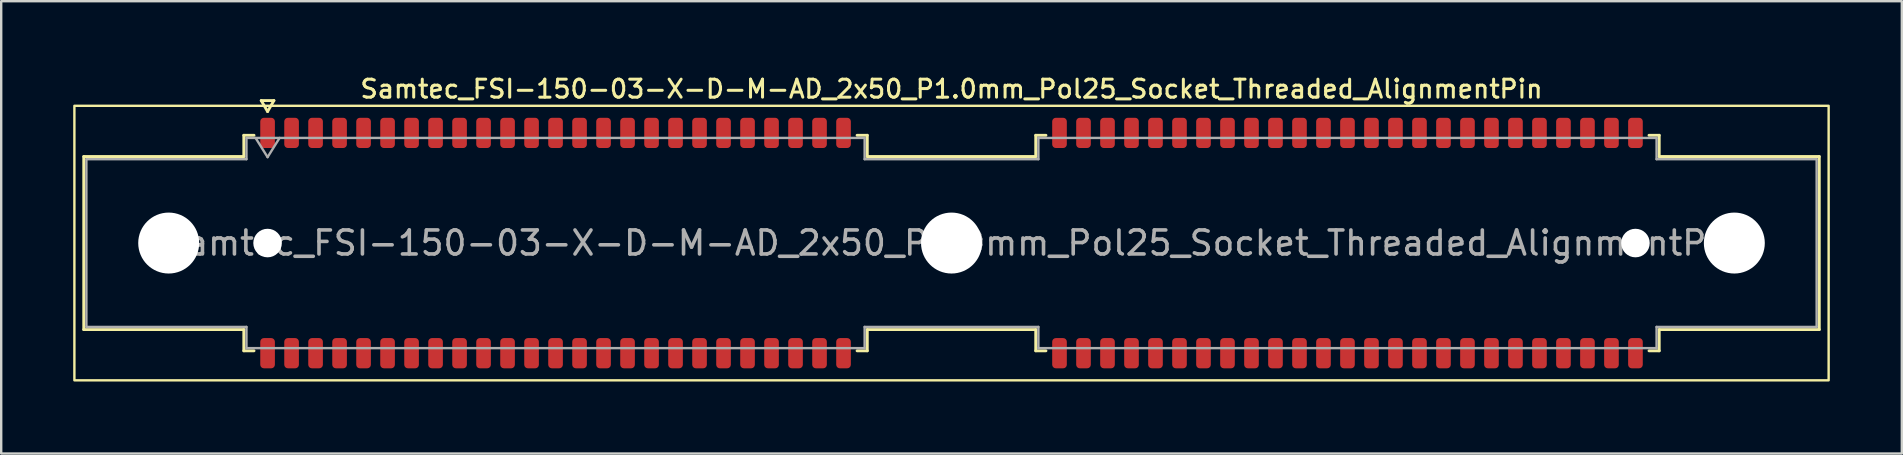
<source format=kicad_pcb>
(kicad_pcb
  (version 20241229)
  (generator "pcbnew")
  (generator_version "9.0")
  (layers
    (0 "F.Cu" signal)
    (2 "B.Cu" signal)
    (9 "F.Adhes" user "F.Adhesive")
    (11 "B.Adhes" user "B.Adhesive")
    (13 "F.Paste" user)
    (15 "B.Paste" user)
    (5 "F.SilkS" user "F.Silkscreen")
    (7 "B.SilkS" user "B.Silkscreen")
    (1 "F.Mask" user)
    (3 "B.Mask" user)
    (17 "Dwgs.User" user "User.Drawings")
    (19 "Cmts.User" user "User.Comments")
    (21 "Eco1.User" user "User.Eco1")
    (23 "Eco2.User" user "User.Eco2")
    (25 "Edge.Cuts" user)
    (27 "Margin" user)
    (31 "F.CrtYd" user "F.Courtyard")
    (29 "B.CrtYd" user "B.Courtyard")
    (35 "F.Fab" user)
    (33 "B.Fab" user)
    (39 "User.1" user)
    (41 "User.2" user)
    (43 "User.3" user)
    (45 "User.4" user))
  (footprint "Samtec_FSI-150-03-X-D-M-AD_2x50_P1.0mm_Pol25_Socket_Threaded_AlignmentPin"
    (layer "F.Cu")
    (at 36.6 7.078)
    (property "Reference" "Samtec_FSI-150-03-X-D-M-AD_2x50_P1.0mm_Pol25_Socket_Threaded_AlignmentPin" (at 0 -6.42 0) (layer "F.SilkS") (effects (font (size 0.75 0.75) (thickness 0.125))))
    (attr smd)
    (fp_line (start -36.16 -3.605) (end -29.49 -3.605) (stroke (width 0.12) (type solid)) (layer "F.SilkS"))
    (fp_line (start -36.16 3.605) (end -36.16 -3.605) (stroke (width 0.12) (type solid)) (layer "F.SilkS"))
    (fp_line (start -29.49 -4.49) (end -29.065 -4.49) (stroke (width 0.12) (type solid)) (layer "F.SilkS"))
    (fp_line (start -29.49 -3.605) (end -29.49 -4.49) (stroke (width 0.12) (type solid)) (layer "F.SilkS"))
    (fp_line (start -29.49 3.605) (end -36.16 3.605) (stroke (width 0.12) (type solid)) (layer "F.SilkS"))
    (fp_line (start -29.49 4.49) (end -29.49 3.605) (stroke (width 0.12) (type solid)) (layer "F.SilkS"))
    (fp_line (start -29.065 4.49) (end -29.49 4.49) (stroke (width 0.12) (type solid)) (layer "F.SilkS"))
    (fp_line (start -28.764 -5.938) (end -28.5 -5.48) (stroke (width 0.12) (type solid)) (layer "F.SilkS"))
    (fp_line (start -28.5 -5.48) (end -28.236 -5.938) (stroke (width 0.12) (type solid)) (layer "F.SilkS"))
    (fp_line (start -28.236 -5.938) (end -28.764 -5.938) (stroke (width 0.12) (type solid)) (layer "F.SilkS"))
    (fp_line (start -3.935 -4.49) (end -3.51 -4.49) (stroke (width 0.12) (type solid)) (layer "F.SilkS"))
    (fp_line (start -3.51 -4.49) (end -3.51 -3.605) (stroke (width 0.12) (type solid)) (layer "F.SilkS"))
    (fp_line (start -3.51 -3.605) (end 3.51 -3.605) (stroke (width 0.12) (type solid)) (layer "F.SilkS"))
    (fp_line (start -3.51 3.605) (end -3.51 4.49) (stroke (width 0.12) (type solid)) (layer "F.SilkS"))
    (fp_line (start -3.51 4.49) (end -3.935 4.49) (stroke (width 0.12) (type solid)) (layer "F.SilkS"))
    (fp_line (start 3.51 -4.49) (end 3.935 -4.49) (stroke (width 0.12) (type solid)) (layer "F.SilkS"))
    (fp_line (start 3.51 -3.605) (end 3.51 -4.49) (stroke (width 0.12) (type solid)) (layer "F.SilkS"))
    (fp_line (start 3.51 3.605) (end -3.51 3.605) (stroke (width 0.12) (type solid)) (layer "F.SilkS"))
    (fp_line (start 3.51 4.49) (end 3.51 3.605) (stroke (width 0.12) (type solid)) (layer "F.SilkS"))
    (fp_line (start 3.935 4.49) (end 3.51 4.49) (stroke (width 0.12) (type solid)) (layer "F.SilkS"))
    (fp_line (start 29.065 -4.49) (end 29.49 -4.49) (stroke (width 0.12) (type solid)) (layer "F.SilkS"))
    (fp_line (start 29.49 -4.49) (end 29.49 -3.605) (stroke (width 0.12) (type solid)) (layer "F.SilkS"))
    (fp_line (start 29.49 -3.605) (end 36.16 -3.605) (stroke (width 0.12) (type solid)) (layer "F.SilkS"))
    (fp_line (start 29.49 3.605) (end 29.49 4.49) (stroke (width 0.12) (type solid)) (layer "F.SilkS"))
    (fp_line (start 29.49 4.49) (end 29.065 4.49) (stroke (width 0.12) (type solid)) (layer "F.SilkS"))
    (fp_line (start 36.16 -3.605) (end 36.16 3.605) (stroke (width 0.12) (type solid)) (layer "F.SilkS"))
    (fp_line (start 36.16 3.605) (end 29.49 3.605) (stroke (width 0.12) (type solid)) (layer "F.SilkS"))
    (fp_rect (start -36.55 -5.72) (end 36.55 5.72) (stroke (width 0.1) (type solid)) (fill no) (layer "F.SilkS"))
    (fp_line (start -36.05 -3.495) (end -29.38 -3.495) (stroke (width 0.1) (type solid)) (layer "F.Fab"))
    (fp_line (start -36.05 3.495) (end -36.05 -3.495) (stroke (width 0.1) (type solid)) (layer "F.Fab"))
    (fp_line (start -29.38 -4.38) (end -3.62 -4.38) (stroke (width 0.1) (type solid)) (layer "F.Fab"))
    (fp_line (start -29.38 -3.495) (end -29.38 -4.38) (stroke (width 0.1) (type solid)) (layer "F.Fab"))
    (fp_line (start -29.38 3.495) (end -36.05 3.495) (stroke (width 0.1) (type solid)) (layer "F.Fab"))
    (fp_line (start -29.38 4.38) (end -29.38 3.495) (stroke (width 0.1) (type solid)) (layer "F.Fab"))
    (fp_line (start -29 -4.38) (end -28.5 -3.58) (stroke (width 0.1) (type solid)) (layer "F.Fab"))
    (fp_line (start -28.5 -3.58) (end -28 -4.38) (stroke (width 0.1) (type solid)) (layer "F.Fab"))
    (fp_line (start -3.62 -4.38) (end -3.62 -3.495) (stroke (width 0.1) (type solid)) (layer "F.Fab"))
    (fp_line (start -3.62 -3.495) (end 3.62 -3.495) (stroke (width 0.1) (type solid)) (layer "F.Fab"))
    (fp_line (start -3.62 3.495) (end -3.62 4.38) (stroke (width 0.1) (type solid)) (layer "F.Fab"))
    (fp_line (start -3.62 4.38) (end -29.38 4.38) (stroke (width 0.1) (type solid)) (layer "F.Fab"))
    (fp_line (start 3.62 -4.38) (end 29.38 -4.38) (stroke (width 0.1) (type solid)) (layer "F.Fab"))
    (fp_line (start 3.62 -3.495) (end 3.62 -4.38) (stroke (width 0.1) (type solid)) (layer "F.Fab"))
    (fp_line (start 3.62 3.495) (end -3.62 3.495) (stroke (width 0.1) (type solid)) (layer "F.Fab"))
    (fp_line (start 3.62 4.38) (end 3.62 3.495) (stroke (width 0.1) (type solid)) (layer "F.Fab"))
    (fp_line (start 29.38 -4.38) (end 29.38 -3.495) (stroke (width 0.1) (type solid)) (layer "F.Fab"))
    (fp_line (start 29.38 -3.495) (end 36.05 -3.495) (stroke (width 0.1) (type solid)) (layer "F.Fab"))
    (fp_line (start 29.38 3.495) (end 29.38 4.38) (stroke (width 0.1) (type solid)) (layer "F.Fab"))
    (fp_line (start 29.38 4.38) (end 3.62 4.38) (stroke (width 0.1) (type solid)) (layer "F.Fab"))
    (fp_line (start 36.05 -3.495) (end 36.05 3.495) (stroke (width 0.1) (type solid)) (layer "F.Fab"))
    (fp_line (start 36.05 3.495) (end 29.38 3.495) (stroke (width 0.1) (type solid)) (layer "F.Fab"))
    (fp_text user "${REFERENCE}" (at 0 0 0) (layer "F.Fab") (effects (font (size 1 1) (thickness 0.15))))
    (pad "" np_thru_hole circle (at -32.62 0) (size 2.54 2.54) (drill 2.54) (layers "*.Cu" "*.Mask"))
    (pad "" np_thru_hole circle (at -28.5 0) (size 1.19 1.19) (drill 1.19) (layers "*.Cu" "*.Mask"))
    (pad "" np_thru_hole circle (at 0 0) (size 2.54 2.54) (drill 2.54) (layers "*.Cu" "*.Mask"))
    (pad "" np_thru_hole circle (at 28.5 0) (size 1.19 1.19) (drill 1.19) (layers "*.Cu" "*.Mask"))
    (pad "" np_thru_hole circle (at 32.62 0) (size 2.54 2.54) (drill 2.54) (layers "*.Cu" "*.Mask"))
    (pad "1" smd roundrect (at -28.5 -4.59) (size 0.61 1.26) (layers "F.Cu" "F.Mask" "F.Paste") (roundrect_rratio 0.25))
    (pad "2" smd roundrect (at -28.5 4.59) (size 0.61 1.26) (layers "F.Cu" "F.Mask" "F.Paste") (roundrect_rratio 0.25))
    (pad "3" smd roundrect (at -27.5 -4.59) (size 0.61 1.26) (layers "F.Cu" "F.Mask" "F.Paste") (roundrect_rratio 0.25))
    (pad "4" smd roundrect (at -27.5 4.59) (size 0.61 1.26) (layers "F.Cu" "F.Mask" "F.Paste") (roundrect_rratio 0.25))
    (pad "5" smd roundrect (at -26.5 -4.59) (size 0.61 1.26) (layers "F.Cu" "F.Mask" "F.Paste") (roundrect_rratio 0.25))
    (pad "6" smd roundrect (at -26.5 4.59) (size 0.61 1.26) (layers "F.Cu" "F.Mask" "F.Paste") (roundrect_rratio 0.25))
    (pad "7" smd roundrect (at -25.5 -4.59) (size 0.61 1.26) (layers "F.Cu" "F.Mask" "F.Paste") (roundrect_rratio 0.25))
    (pad "8" smd roundrect (at -25.5 4.59) (size 0.61 1.26) (layers "F.Cu" "F.Mask" "F.Paste") (roundrect_rratio 0.25))
    (pad "9" smd roundrect (at -24.5 -4.59) (size 0.61 1.26) (layers "F.Cu" "F.Mask" "F.Paste") (roundrect_rratio 0.25))
    (pad "10" smd roundrect (at -24.5 4.59) (size 0.61 1.26) (layers "F.Cu" "F.Mask" "F.Paste") (roundrect_rratio 0.25))
    (pad "11" smd roundrect (at -23.5 -4.59) (size 0.61 1.26) (layers "F.Cu" "F.Mask" "F.Paste") (roundrect_rratio 0.25))
    (pad "12" smd roundrect (at -23.5 4.59) (size 0.61 1.26) (layers "F.Cu" "F.Mask" "F.Paste") (roundrect_rratio 0.25))
    (pad "13" smd roundrect (at -22.5 -4.59) (size 0.61 1.26) (layers "F.Cu" "F.Mask" "F.Paste") (roundrect_rratio 0.25))
    (pad "14" smd roundrect (at -22.5 4.59) (size 0.61 1.26) (layers "F.Cu" "F.Mask" "F.Paste") (roundrect_rratio 0.25))
    (pad "15" smd roundrect (at -21.5 -4.59) (size 0.61 1.26) (layers "F.Cu" "F.Mask" "F.Paste") (roundrect_rratio 0.25))
    (pad "16" smd roundrect (at -21.5 4.59) (size 0.61 1.26) (layers "F.Cu" "F.Mask" "F.Paste") (roundrect_rratio 0.25))
    (pad "17" smd roundrect (at -20.5 -4.59) (size 0.61 1.26) (layers "F.Cu" "F.Mask" "F.Paste") (roundrect_rratio 0.25))
    (pad "18" smd roundrect (at -20.5 4.59) (size 0.61 1.26) (layers "F.Cu" "F.Mask" "F.Paste") (roundrect_rratio 0.25))
    (pad "19" smd roundrect (at -19.5 -4.59) (size 0.61 1.26) (layers "F.Cu" "F.Mask" "F.Paste") (roundrect_rratio 0.25))
    (pad "20" smd roundrect (at -19.5 4.59) (size 0.61 1.26) (layers "F.Cu" "F.Mask" "F.Paste") (roundrect_rratio 0.25))
    (pad "21" smd roundrect (at -18.5 -4.59) (size 0.61 1.26) (layers "F.Cu" "F.Mask" "F.Paste") (roundrect_rratio 0.25))
    (pad "22" smd roundrect (at -18.5 4.59) (size 0.61 1.26) (layers "F.Cu" "F.Mask" "F.Paste") (roundrect_rratio 0.25))
    (pad "23" smd roundrect (at -17.5 -4.59) (size 0.61 1.26) (layers "F.Cu" "F.Mask" "F.Paste") (roundrect_rratio 0.25))
    (pad "24" smd roundrect (at -17.5 4.59) (size 0.61 1.26) (layers "F.Cu" "F.Mask" "F.Paste") (roundrect_rratio 0.25))
    (pad "25" smd roundrect (at -16.5 -4.59) (size 0.61 1.26) (layers "F.Cu" "F.Mask" "F.Paste") (roundrect_rratio 0.25))
    (pad "26" smd roundrect (at -16.5 4.59) (size 0.61 1.26) (layers "F.Cu" "F.Mask" "F.Paste") (roundrect_rratio 0.25))
    (pad "27" smd roundrect (at -15.5 -4.59) (size 0.61 1.26) (layers "F.Cu" "F.Mask" "F.Paste") (roundrect_rratio 0.25))
    (pad "28" smd roundrect (at -15.5 4.59) (size 0.61 1.26) (layers "F.Cu" "F.Mask" "F.Paste") (roundrect_rratio 0.25))
    (pad "29" smd roundrect (at -14.5 -4.59) (size 0.61 1.26) (layers "F.Cu" "F.Mask" "F.Paste") (roundrect_rratio 0.25))
    (pad "30" smd roundrect (at -14.5 4.59) (size 0.61 1.26) (layers "F.Cu" "F.Mask" "F.Paste") (roundrect_rratio 0.25))
    (pad "31" smd roundrect (at -13.5 -4.59) (size 0.61 1.26) (layers "F.Cu" "F.Mask" "F.Paste") (roundrect_rratio 0.25))
    (pad "32" smd roundrect (at -13.5 4.59) (size 0.61 1.26) (layers "F.Cu" "F.Mask" "F.Paste") (roundrect_rratio 0.25))
    (pad "33" smd roundrect (at -12.5 -4.59) (size 0.61 1.26) (layers "F.Cu" "F.Mask" "F.Paste") (roundrect_rratio 0.25))
    (pad "34" smd roundrect (at -12.5 4.59) (size 0.61 1.26) (layers "F.Cu" "F.Mask" "F.Paste") (roundrect_rratio 0.25))
    (pad "35" smd roundrect (at -11.5 -4.59) (size 0.61 1.26) (layers "F.Cu" "F.Mask" "F.Paste") (roundrect_rratio 0.25))
    (pad "36" smd roundrect (at -11.5 4.59) (size 0.61 1.26) (layers "F.Cu" "F.Mask" "F.Paste") (roundrect_rratio 0.25))
    (pad "37" smd roundrect (at -10.5 -4.59) (size 0.61 1.26) (layers "F.Cu" "F.Mask" "F.Paste") (roundrect_rratio 0.25))
    (pad "38" smd roundrect (at -10.5 4.59) (size 0.61 1.26) (layers "F.Cu" "F.Mask" "F.Paste") (roundrect_rratio 0.25))
    (pad "39" smd roundrect (at -9.5 -4.59) (size 0.61 1.26) (layers "F.Cu" "F.Mask" "F.Paste") (roundrect_rratio 0.25))
    (pad "40" smd roundrect (at -9.5 4.59) (size 0.61 1.26) (layers "F.Cu" "F.Mask" "F.Paste") (roundrect_rratio 0.25))
    (pad "41" smd roundrect (at -8.5 -4.59) (size 0.61 1.26) (layers "F.Cu" "F.Mask" "F.Paste") (roundrect_rratio 0.25))
    (pad "42" smd roundrect (at -8.5 4.59) (size 0.61 1.26) (layers "F.Cu" "F.Mask" "F.Paste") (roundrect_rratio 0.25))
    (pad "43" smd roundrect (at -7.5 -4.59) (size 0.61 1.26) (layers "F.Cu" "F.Mask" "F.Paste") (roundrect_rratio 0.25))
    (pad "44" smd roundrect (at -7.5 4.59) (size 0.61 1.26) (layers "F.Cu" "F.Mask" "F.Paste") (roundrect_rratio 0.25))
    (pad "45" smd roundrect (at -6.5 -4.59) (size 0.61 1.26) (layers "F.Cu" "F.Mask" "F.Paste") (roundrect_rratio 0.25))
    (pad "46" smd roundrect (at -6.5 4.59) (size 0.61 1.26) (layers "F.Cu" "F.Mask" "F.Paste") (roundrect_rratio 0.25))
    (pad "47" smd roundrect (at -5.5 -4.59) (size 0.61 1.26) (layers "F.Cu" "F.Mask" "F.Paste") (roundrect_rratio 0.25))
    (pad "48" smd roundrect (at -5.5 4.59) (size 0.61 1.26) (layers "F.Cu" "F.Mask" "F.Paste") (roundrect_rratio 0.25))
    (pad "49" smd roundrect (at -4.5 -4.59) (size 0.61 1.26) (layers "F.Cu" "F.Mask" "F.Paste") (roundrect_rratio 0.25))
    (pad "50" smd roundrect (at -4.5 4.59) (size 0.61 1.26) (layers "F.Cu" "F.Mask" "F.Paste") (roundrect_rratio 0.25))
    (pad "51" smd roundrect (at 4.5 -4.59) (size 0.61 1.26) (layers "F.Cu" "F.Mask" "F.Paste") (roundrect_rratio 0.25))
    (pad "52" smd roundrect (at 4.5 4.59) (size 0.61 1.26) (layers "F.Cu" "F.Mask" "F.Paste") (roundrect_rratio 0.25))
    (pad "53" smd roundrect (at 5.5 -4.59) (size 0.61 1.26) (layers "F.Cu" "F.Mask" "F.Paste") (roundrect_rratio 0.25))
    (pad "54" smd roundrect (at 5.5 4.59) (size 0.61 1.26) (layers "F.Cu" "F.Mask" "F.Paste") (roundrect_rratio 0.25))
    (pad "55" smd roundrect (at 6.5 -4.59) (size 0.61 1.26) (layers "F.Cu" "F.Mask" "F.Paste") (roundrect_rratio 0.25))
    (pad "56" smd roundrect (at 6.5 4.59) (size 0.61 1.26) (layers "F.Cu" "F.Mask" "F.Paste") (roundrect_rratio 0.25))
    (pad "57" smd roundrect (at 7.5 -4.59) (size 0.61 1.26) (layers "F.Cu" "F.Mask" "F.Paste") (roundrect_rratio 0.25))
    (pad "58" smd roundrect (at 7.5 4.59) (size 0.61 1.26) (layers "F.Cu" "F.Mask" "F.Paste") (roundrect_rratio 0.25))
    (pad "59" smd roundrect (at 8.5 -4.59) (size 0.61 1.26) (layers "F.Cu" "F.Mask" "F.Paste") (roundrect_rratio 0.25))
    (pad "60" smd roundrect (at 8.5 4.59) (size 0.61 1.26) (layers "F.Cu" "F.Mask" "F.Paste") (roundrect_rratio 0.25))
    (pad "61" smd roundrect (at 9.5 -4.59) (size 0.61 1.26) (layers "F.Cu" "F.Mask" "F.Paste") (roundrect_rratio 0.25))
    (pad "62" smd roundrect (at 9.5 4.59) (size 0.61 1.26) (layers "F.Cu" "F.Mask" "F.Paste") (roundrect_rratio 0.25))
    (pad "63" smd roundrect (at 10.5 -4.59) (size 0.61 1.26) (layers "F.Cu" "F.Mask" "F.Paste") (roundrect_rratio 0.25))
    (pad "64" smd roundrect (at 10.5 4.59) (size 0.61 1.26) (layers "F.Cu" "F.Mask" "F.Paste") (roundrect_rratio 0.25))
    (pad "65" smd roundrect (at 11.5 -4.59) (size 0.61 1.26) (layers "F.Cu" "F.Mask" "F.Paste") (roundrect_rratio 0.25))
    (pad "66" smd roundrect (at 11.5 4.59) (size 0.61 1.26) (layers "F.Cu" "F.Mask" "F.Paste") (roundrect_rratio 0.25))
    (pad "67" smd roundrect (at 12.5 -4.59) (size 0.61 1.26) (layers "F.Cu" "F.Mask" "F.Paste") (roundrect_rratio 0.25))
    (pad "68" smd roundrect (at 12.5 4.59) (size 0.61 1.26) (layers "F.Cu" "F.Mask" "F.Paste") (roundrect_rratio 0.25))
    (pad "69" smd roundrect (at 13.5 -4.59) (size 0.61 1.26) (layers "F.Cu" "F.Mask" "F.Paste") (roundrect_rratio 0.25))
    (pad "70" smd roundrect (at 13.5 4.59) (size 0.61 1.26) (layers "F.Cu" "F.Mask" "F.Paste") (roundrect_rratio 0.25))
    (pad "71" smd roundrect (at 14.5 -4.59) (size 0.61 1.26) (layers "F.Cu" "F.Mask" "F.Paste") (roundrect_rratio 0.25))
    (pad "72" smd roundrect (at 14.5 4.59) (size 0.61 1.26) (layers "F.Cu" "F.Mask" "F.Paste") (roundrect_rratio 0.25))
    (pad "73" smd roundrect (at 15.5 -4.59) (size 0.61 1.26) (layers "F.Cu" "F.Mask" "F.Paste") (roundrect_rratio 0.25))
    (pad "74" smd roundrect (at 15.5 4.59) (size 0.61 1.26) (layers "F.Cu" "F.Mask" "F.Paste") (roundrect_rratio 0.25))
    (pad "75" smd roundrect (at 16.5 -4.59) (size 0.61 1.26) (layers "F.Cu" "F.Mask" "F.Paste") (roundrect_rratio 0.25))
    (pad "76" smd roundrect (at 16.5 4.59) (size 0.61 1.26) (layers "F.Cu" "F.Mask" "F.Paste") (roundrect_rratio 0.25))
    (pad "77" smd roundrect (at 17.5 -4.59) (size 0.61 1.26) (layers "F.Cu" "F.Mask" "F.Paste") (roundrect_rratio 0.25))
    (pad "78" smd roundrect (at 17.5 4.59) (size 0.61 1.26) (layers "F.Cu" "F.Mask" "F.Paste") (roundrect_rratio 0.25))
    (pad "79" smd roundrect (at 18.5 -4.59) (size 0.61 1.26) (layers "F.Cu" "F.Mask" "F.Paste") (roundrect_rratio 0.25))
    (pad "80" smd roundrect (at 18.5 4.59) (size 0.61 1.26) (layers "F.Cu" "F.Mask" "F.Paste") (roundrect_rratio 0.25))
    (pad "81" smd roundrect (at 19.5 -4.59) (size 0.61 1.26) (layers "F.Cu" "F.Mask" "F.Paste") (roundrect_rratio 0.25))
    (pad "82" smd roundrect (at 19.5 4.59) (size 0.61 1.26) (layers "F.Cu" "F.Mask" "F.Paste") (roundrect_rratio 0.25))
    (pad "83" smd roundrect (at 20.5 -4.59) (size 0.61 1.26) (layers "F.Cu" "F.Mask" "F.Paste") (roundrect_rratio 0.25))
    (pad "84" smd roundrect (at 20.5 4.59) (size 0.61 1.26) (layers "F.Cu" "F.Mask" "F.Paste") (roundrect_rratio 0.25))
    (pad "85" smd roundrect (at 21.5 -4.59) (size 0.61 1.26) (layers "F.Cu" "F.Mask" "F.Paste") (roundrect_rratio 0.25))
    (pad "86" smd roundrect (at 21.5 4.59) (size 0.61 1.26) (layers "F.Cu" "F.Mask" "F.Paste") (roundrect_rratio 0.25))
    (pad "87" smd roundrect (at 22.5 -4.59) (size 0.61 1.26) (layers "F.Cu" "F.Mask" "F.Paste") (roundrect_rratio 0.25))
    (pad "88" smd roundrect (at 22.5 4.59) (size 0.61 1.26) (layers "F.Cu" "F.Mask" "F.Paste") (roundrect_rratio 0.25))
    (pad "89" smd roundrect (at 23.5 -4.59) (size 0.61 1.26) (layers "F.Cu" "F.Mask" "F.Paste") (roundrect_rratio 0.25))
    (pad "90" smd roundrect (at 23.5 4.59) (size 0.61 1.26) (layers "F.Cu" "F.Mask" "F.Paste") (roundrect_rratio 0.25))
    (pad "91" smd roundrect (at 24.5 -4.59) (size 0.61 1.26) (layers "F.Cu" "F.Mask" "F.Paste") (roundrect_rratio 0.25))
    (pad "92" smd roundrect (at 24.5 4.59) (size 0.61 1.26) (layers "F.Cu" "F.Mask" "F.Paste") (roundrect_rratio 0.25))
    (pad "93" smd roundrect (at 25.5 -4.59) (size 0.61 1.26) (layers "F.Cu" "F.Mask" "F.Paste") (roundrect_rratio 0.25))
    (pad "94" smd roundrect (at 25.5 4.59) (size 0.61 1.26) (layers "F.Cu" "F.Mask" "F.Paste") (roundrect_rratio 0.25))
    (pad "95" smd roundrect (at 26.5 -4.59) (size 0.61 1.26) (layers "F.Cu" "F.Mask" "F.Paste") (roundrect_rratio 0.25))
    (pad "96" smd roundrect (at 26.5 4.59) (size 0.61 1.26) (layers "F.Cu" "F.Mask" "F.Paste") (roundrect_rratio 0.25))
    (pad "97" smd roundrect (at 27.5 -4.59) (size 0.61 1.26) (layers "F.Cu" "F.Mask" "F.Paste") (roundrect_rratio 0.25))
    (pad "98" smd roundrect (at 27.5 4.59) (size 0.61 1.26) (layers "F.Cu" "F.Mask" "F.Paste") (roundrect_rratio 0.25))
    (pad "99" smd roundrect (at 28.5 -4.59) (size 0.61 1.26) (layers "F.Cu" "F.Mask" "F.Paste") (roundrect_rratio 0.25))
    (pad "100" smd roundrect (at 28.5 4.59) (size 0.61 1.26) (layers "F.Cu" "F.Mask" "F.Paste") (roundrect_rratio 0.25)))
  (gr_rect
    (start -3 -3)
    (end 76.2 15.848)
    (stroke (width 0.1) (type default))
    (fill no)
    (layer "Edge.Cuts")))
</source>
